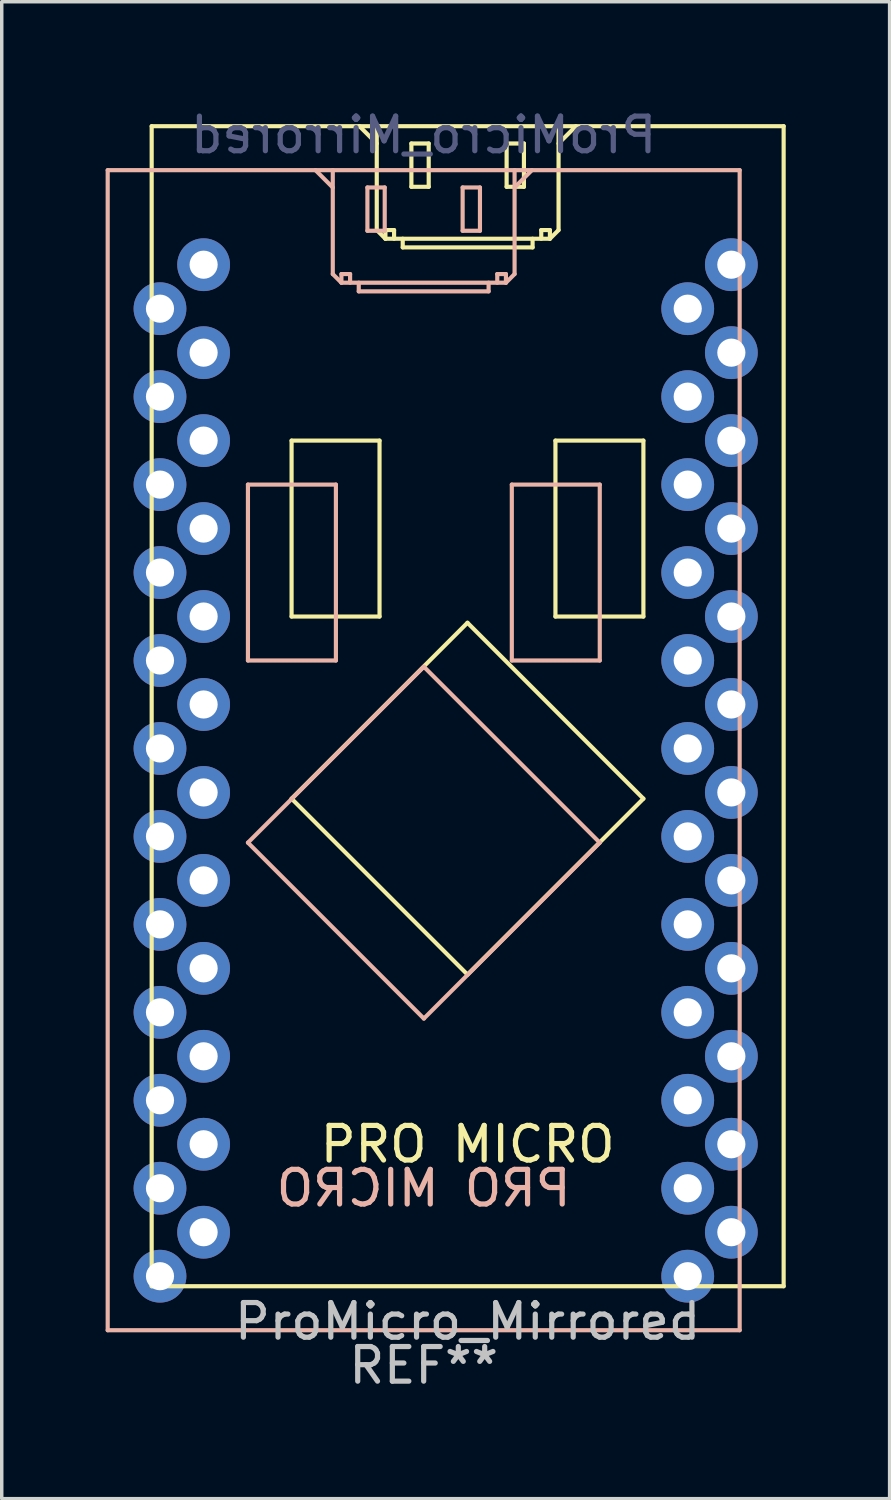
<source format=kicad_pcb>
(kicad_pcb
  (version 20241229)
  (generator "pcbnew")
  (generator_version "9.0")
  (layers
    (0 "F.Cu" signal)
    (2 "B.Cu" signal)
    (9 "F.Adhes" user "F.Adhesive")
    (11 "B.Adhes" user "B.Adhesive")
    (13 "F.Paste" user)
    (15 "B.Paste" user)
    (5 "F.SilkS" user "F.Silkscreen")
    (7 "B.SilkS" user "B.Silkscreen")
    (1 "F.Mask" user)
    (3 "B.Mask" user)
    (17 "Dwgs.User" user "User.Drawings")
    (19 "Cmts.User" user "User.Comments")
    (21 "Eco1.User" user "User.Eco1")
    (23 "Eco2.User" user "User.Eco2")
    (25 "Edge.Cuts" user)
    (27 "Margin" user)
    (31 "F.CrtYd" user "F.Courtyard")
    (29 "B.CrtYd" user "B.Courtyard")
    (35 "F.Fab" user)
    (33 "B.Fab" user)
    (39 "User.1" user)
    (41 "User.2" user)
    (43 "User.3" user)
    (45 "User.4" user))
  (footprint "ProMicro_Mirrored"
    (layer "F.Cu")
    (at 10.455 0.594)
    (property "Reference" "ProMicro_Mirrored" (at 0 34.516 0) (layer "Dwgs.User") (effects (font (size 1 1) (thickness 0.15))))
    (attr through_hole)
    (fp_line (start -9.125 0) (end 9.125 0) (stroke (width 0.12) (type solid)) (layer "F.SilkS"))
    (fp_line (start -9.125 33.5) (end -9.125 0) (stroke (width 0.12) (type solid)) (layer "F.SilkS"))
    (fp_line (start -5.085 9.08) (end -2.545 9.08) (stroke (width 0.12) (type solid)) (layer "F.SilkS"))
    (fp_line (start -5.085 14.16) (end -5.085 9.08) (stroke (width 0.12) (type solid)) (layer "F.SilkS"))
    (fp_line (start -5.085 19.42) (end -0.005 14.34) (stroke (width 0.12) (type solid)) (layer "F.SilkS"))
    (fp_line (start -3.125 0) (end -2.625 0.5) (stroke (width 0.12) (type solid)) (layer "F.SilkS"))
    (fp_line (start -2.625 0) (end -2.625 3) (stroke (width 0.12) (type solid)) (layer "F.SilkS"))
    (fp_line (start -2.625 3) (end -2.375 3.25) (stroke (width 0.12) (type solid)) (layer "F.SilkS"))
    (fp_line (start -2.545 9.08) (end -2.545 14.16) (stroke (width 0.12) (type solid)) (layer "F.SilkS"))
    (fp_line (start -2.545 14.16) (end -5.085 14.16) (stroke (width 0.12) (type solid)) (layer "F.SilkS"))
    (fp_line (start -2.375 3) (end -2.125 3) (stroke (width 0.12) (type solid)) (layer "F.SilkS"))
    (fp_line (start -2.375 3.25) (end -2.375 3) (stroke (width 0.12) (type solid)) (layer "F.SilkS"))
    (fp_line (start -2.375 3.25) (end 2.375 3.25) (stroke (width 0.12) (type solid)) (layer "F.SilkS"))
    (fp_line (start -2.125 3) (end -2.125 3.25) (stroke (width 0.12) (type solid)) (layer "F.SilkS"))
    (fp_line (start -1.875 3.25) (end -1.875 3.5) (stroke (width 0.12) (type solid)) (layer "F.SilkS"))
    (fp_line (start -1.875 3.5) (end 1.875 3.5) (stroke (width 0.12) (type solid)) (layer "F.SilkS"))
    (fp_line (start -1.625 0.5) (end -1.625 1.75) (stroke (width 0.12) (type solid)) (layer "F.SilkS"))
    (fp_line (start -1.625 1.75) (end -1.125 1.75) (stroke (width 0.12) (type solid)) (layer "F.SilkS"))
    (fp_line (start -1.125 0.5) (end -1.625 0.5) (stroke (width 0.12) (type solid)) (layer "F.SilkS"))
    (fp_line (start -1.125 1.75) (end -1.125 0.5) (stroke (width 0.12) (type solid)) (layer "F.SilkS"))
    (fp_line (start -0.005 14.34) (end 5.075 19.42) (stroke (width 0.12) (type solid)) (layer "F.SilkS"))
    (fp_line (start -0.005 24.5) (end -5.085 19.42) (stroke (width 0.12) (type solid)) (layer "F.SilkS"))
    (fp_line (start 1.125 0.5) (end 1.625 0.5) (stroke (width 0.12) (type solid)) (layer "F.SilkS"))
    (fp_line (start 1.125 1.75) (end 1.125 0.5) (stroke (width 0.12) (type solid)) (layer "F.SilkS"))
    (fp_line (start 1.625 0.5) (end 1.625 1.75) (stroke (width 0.12) (type solid)) (layer "F.SilkS"))
    (fp_line (start 1.625 1.75) (end 1.125 1.75) (stroke (width 0.12) (type solid)) (layer "F.SilkS"))
    (fp_line (start 1.875 3.5) (end 1.875 3.25) (stroke (width 0.12) (type solid)) (layer "F.SilkS"))
    (fp_line (start 2.125 3) (end 2.375 3) (stroke (width 0.12) (type solid)) (layer "F.SilkS"))
    (fp_line (start 2.125 3.25) (end 2.125 3) (stroke (width 0.12) (type solid)) (layer "F.SilkS"))
    (fp_line (start 2.375 3) (end 2.375 3.25) (stroke (width 0.12) (type solid)) (layer "F.SilkS"))
    (fp_line (start 2.375 3.25) (end 2.625 3) (stroke (width 0.12) (type solid)) (layer "F.SilkS"))
    (fp_line (start 2.535 9.08) (end 5.075 9.08) (stroke (width 0.12) (type solid)) (layer "F.SilkS"))
    (fp_line (start 2.535 14.16) (end 2.535 9.08) (stroke (width 0.12) (type solid)) (layer "F.SilkS"))
    (fp_line (start 2.625 0.5) (end 3.125 0) (stroke (width 0.12) (type solid)) (layer "F.SilkS"))
    (fp_line (start 2.625 3) (end 2.625 0) (stroke (width 0.12) (type solid)) (layer "F.SilkS"))
    (fp_line (start 5.075 9.08) (end 5.075 14.16) (stroke (width 0.12) (type solid)) (layer "F.SilkS"))
    (fp_line (start 5.075 14.16) (end 2.535 14.16) (stroke (width 0.12) (type solid)) (layer "F.SilkS"))
    (fp_line (start 5.075 19.42) (end -0.005 24.5) (stroke (width 0.12) (type solid)) (layer "F.SilkS"))
    (fp_line (start 9.125 0) (end 9.125 33.5) (stroke (width 0.12) (type solid)) (layer "F.SilkS"))
    (fp_line (start 9.125 33.5) (end -9.125 33.5) (stroke (width 0.12) (type solid)) (layer "F.SilkS"))
    (fp_line (start -10.395 1.27) (end -10.395 34.77) (stroke (width 0.12) (type solid)) (layer "B.SilkS"))
    (fp_line (start -10.395 34.77) (end 7.855 34.77) (stroke (width 0.12) (type solid)) (layer "B.SilkS"))
    (fp_line (start -6.345 10.35) (end -6.345 15.43) (stroke (width 0.12) (type solid)) (layer "B.SilkS"))
    (fp_line (start -6.345 15.43) (end -3.805 15.43) (stroke (width 0.12) (type solid)) (layer "B.SilkS"))
    (fp_line (start -6.345 20.69) (end -1.265 25.77) (stroke (width 0.12) (type solid)) (layer "B.SilkS"))
    (fp_line (start -3.895 1.77) (end -4.395 1.27) (stroke (width 0.12) (type solid)) (layer "B.SilkS"))
    (fp_line (start -3.895 4.27) (end -3.895 1.27) (stroke (width 0.12) (type solid)) (layer "B.SilkS"))
    (fp_line (start -3.805 10.35) (end -6.345 10.35) (stroke (width 0.12) (type solid)) (layer "B.SilkS"))
    (fp_line (start -3.805 15.43) (end -3.805 10.35) (stroke (width 0.12) (type solid)) (layer "B.SilkS"))
    (fp_line (start -3.645 4.27) (end -3.645 4.52) (stroke (width 0.12) (type solid)) (layer "B.SilkS"))
    (fp_line (start -3.645 4.52) (end -3.895 4.27) (stroke (width 0.12) (type solid)) (layer "B.SilkS"))
    (fp_line (start -3.395 4.27) (end -3.645 4.27) (stroke (width 0.12) (type solid)) (layer "B.SilkS"))
    (fp_line (start -3.395 4.52) (end -3.395 4.27) (stroke (width 0.12) (type solid)) (layer "B.SilkS"))
    (fp_line (start -3.145 4.77) (end -3.145 4.52) (stroke (width 0.12) (type solid)) (layer "B.SilkS"))
    (fp_line (start -2.895 1.77) (end -2.895 3.02) (stroke (width 0.12) (type solid)) (layer "B.SilkS"))
    (fp_line (start -2.895 3.02) (end -2.395 3.02) (stroke (width 0.12) (type solid)) (layer "B.SilkS"))
    (fp_line (start -2.395 1.77) (end -2.895 1.77) (stroke (width 0.12) (type solid)) (layer "B.SilkS"))
    (fp_line (start -2.395 3.02) (end -2.395 1.77) (stroke (width 0.12) (type solid)) (layer "B.SilkS"))
    (fp_line (start -1.265 15.61) (end -6.345 20.69) (stroke (width 0.12) (type solid)) (layer "B.SilkS"))
    (fp_line (start -1.265 25.77) (end 3.815 20.69) (stroke (width 0.12) (type solid)) (layer "B.SilkS"))
    (fp_line (start -0.145 1.77) (end 0.355 1.77) (stroke (width 0.12) (type solid)) (layer "B.SilkS"))
    (fp_line (start -0.145 3.02) (end -0.145 1.77) (stroke (width 0.12) (type solid)) (layer "B.SilkS"))
    (fp_line (start 0.355 1.77) (end 0.355 3.02) (stroke (width 0.12) (type solid)) (layer "B.SilkS"))
    (fp_line (start 0.355 3.02) (end -0.145 3.02) (stroke (width 0.12) (type solid)) (layer "B.SilkS"))
    (fp_line (start 0.605 4.52) (end 0.605 4.77) (stroke (width 0.12) (type solid)) (layer "B.SilkS"))
    (fp_line (start 0.605 4.77) (end -3.145 4.77) (stroke (width 0.12) (type solid)) (layer "B.SilkS"))
    (fp_line (start 0.855 4.27) (end 0.855 4.52) (stroke (width 0.12) (type solid)) (layer "B.SilkS"))
    (fp_line (start 1.105 4.27) (end 0.855 4.27) (stroke (width 0.12) (type solid)) (layer "B.SilkS"))
    (fp_line (start 1.105 4.52) (end -3.645 4.52) (stroke (width 0.12) (type solid)) (layer "B.SilkS"))
    (fp_line (start 1.105 4.52) (end 1.105 4.27) (stroke (width 0.12) (type solid)) (layer "B.SilkS"))
    (fp_line (start 1.275 10.35) (end 1.275 15.43) (stroke (width 0.12) (type solid)) (layer "B.SilkS"))
    (fp_line (start 1.275 15.43) (end 3.815 15.43) (stroke (width 0.12) (type solid)) (layer "B.SilkS"))
    (fp_line (start 1.355 1.27) (end 1.355 4.27) (stroke (width 0.12) (type solid)) (layer "B.SilkS"))
    (fp_line (start 1.355 4.27) (end 1.105 4.52) (stroke (width 0.12) (type solid)) (layer "B.SilkS"))
    (fp_line (start 1.855 1.27) (end 1.355 1.77) (stroke (width 0.12) (type solid)) (layer "B.SilkS"))
    (fp_line (start 3.815 10.35) (end 1.275 10.35) (stroke (width 0.12) (type solid)) (layer "B.SilkS"))
    (fp_line (start 3.815 15.43) (end 3.815 10.35) (stroke (width 0.12) (type solid)) (layer "B.SilkS"))
    (fp_line (start 3.815 20.69) (end -1.265 15.61) (stroke (width 0.12) (type solid)) (layer "B.SilkS"))
    (fp_line (start 7.855 1.27) (end -10.395 1.27) (stroke (width 0.12) (type solid)) (layer "B.SilkS"))
    (fp_line (start 7.855 34.77) (end 7.855 1.27) (stroke (width 0.12) (type solid)) (layer "B.SilkS"))
    (fp_text user "PRO MICRO" (at 0 29.4 0) (layer "F.SilkS") (effects (font (size 1 1) (thickness 0.15))))
    (fp_text user "PRO MICRO" (at -1.27 30.67 180) (layer "B.SilkS") (effects (font (size 1 1) (thickness 0.15)) (justify mirror)))
    (fp_text user "REF**" (at -1.27 35.786 180) (layer "Dwgs.User") (effects (font (size 1 1) (thickness 0.15))))
    (fp_text user "ProMicro_Mirrored" (at -1.27 0.254 180) (layer "B.Fab") (effects (font (size 1 1) (thickness 0.15)) (justify mirror)))
    (pad "1" thru_hole circle (at -7.625 4) (size 1.524 1.524) (drill 0.813) (layers "*.Cu" "*.Mask"))
    (pad "1" thru_hole circle (at 6.355 5.27 180) (size 1.524 1.524) (drill 0.813) (layers "*.Cu" "*.Mask"))
    (pad "2" thru_hole circle (at -7.625 6.54) (size 1.524 1.524) (drill 0.813) (layers "*.Cu" "*.Mask"))
    (pad "2" thru_hole circle (at 6.355 7.81 180) (size 1.524 1.524) (drill 0.813) (layers "*.Cu" "*.Mask"))
    (pad "3" thru_hole circle (at -7.625 9.08) (size 1.524 1.524) (drill 0.813) (layers "*.Cu" "*.Mask"))
    (pad "3" thru_hole circle (at 6.355 10.35 180) (size 1.524 1.524) (drill 0.813) (layers "*.Cu" "*.Mask"))
    (pad "4" thru_hole circle (at -7.625 11.62) (size 1.524 1.524) (drill 0.813) (layers "*.Cu" "*.Mask"))
    (pad "4" thru_hole circle (at 6.355 12.89 180) (size 1.524 1.524) (drill 0.813) (layers "*.Cu" "*.Mask"))
    (pad "5" thru_hole circle (at -7.625 14.16) (size 1.524 1.524) (drill 0.813) (layers "*.Cu" "*.Mask"))
    (pad "5" thru_hole circle (at 6.355 15.43 180) (size 1.524 1.524) (drill 0.813) (layers "*.Cu" "*.Mask"))
    (pad "6" thru_hole circle (at -7.625 16.7) (size 1.524 1.524) (drill 0.813) (layers "*.Cu" "*.Mask"))
    (pad "6" thru_hole circle (at 6.355 17.97 180) (size 1.524 1.524) (drill 0.813) (layers "*.Cu" "*.Mask"))
    (pad "7" thru_hole circle (at -7.625 19.24) (size 1.524 1.524) (drill 0.813) (layers "*.Cu" "*.Mask"))
    (pad "7" thru_hole circle (at 6.355 20.51 180) (size 1.524 1.524) (drill 0.813) (layers "*.Cu" "*.Mask"))
    (pad "8" thru_hole circle (at -7.625 21.78) (size 1.524 1.524) (drill 0.813) (layers "*.Cu" "*.Mask"))
    (pad "8" thru_hole circle (at 6.355 23.05 180) (size 1.524 1.524) (drill 0.813) (layers "*.Cu" "*.Mask"))
    (pad "9" thru_hole circle (at -7.625 24.32) (size 1.524 1.524) (drill 0.813) (layers "*.Cu" "*.Mask"))
    (pad "9" thru_hole circle (at 6.355 25.59 180) (size 1.524 1.524) (drill 0.813) (layers "*.Cu" "*.Mask"))
    (pad "10" thru_hole circle (at -7.625 26.86) (size 1.524 1.524) (drill 0.813) (layers "*.Cu" "*.Mask"))
    (pad "10" thru_hole circle (at 6.355 28.13 180) (size 1.524 1.524) (drill 0.813) (layers "*.Cu" "*.Mask"))
    (pad "11" thru_hole circle (at -7.625 29.4) (size 1.524 1.524) (drill 0.813) (layers "*.Cu" "*.Mask"))
    (pad "11" thru_hole circle (at 6.355 30.67 180) (size 1.524 1.524) (drill 0.813) (layers "*.Cu" "*.Mask"))
    (pad "12" thru_hole circle (at -7.625 31.94) (size 1.524 1.524) (drill 0.813) (layers "*.Cu" "*.Mask"))
    (pad "12" thru_hole circle (at 6.355 33.21 180) (size 1.524 1.524) (drill 0.813) (layers "*.Cu" "*.Mask"))
    (pad "13" thru_hole circle (at -8.885 33.21 180) (size 1.524 1.524) (drill 0.813) (layers "*.Cu" "*.Mask"))
    (pad "13" thru_hole circle (at 7.615 31.94) (size 1.524 1.524) (drill 0.813) (layers "*.Cu" "*.Mask"))
    (pad "14" thru_hole circle (at -8.885 30.67 180) (size 1.524 1.524) (drill 0.813) (layers "*.Cu" "*.Mask"))
    (pad "14" thru_hole circle (at 7.615 29.4) (size 1.524 1.524) (drill 0.813) (layers "*.Cu" "*.Mask"))
    (pad "15" thru_hole circle (at -8.885 28.13 180) (size 1.524 1.524) (drill 0.813) (layers "*.Cu" "*.Mask"))
    (pad "15" thru_hole circle (at 7.615 26.86) (size 1.524 1.524) (drill 0.813) (layers "*.Cu" "*.Mask"))
    (pad "16" thru_hole circle (at -8.885 25.59 180) (size 1.524 1.524) (drill 0.813) (layers "*.Cu" "*.Mask"))
    (pad "16" thru_hole circle (at 7.615 24.32) (size 1.524 1.524) (drill 0.813) (layers "*.Cu" "*.Mask"))
    (pad "17" thru_hole circle (at -8.885 23.05 180) (size 1.524 1.524) (drill 0.813) (layers "*.Cu" "*.Mask"))
    (pad "17" thru_hole circle (at 7.615 21.78) (size 1.524 1.524) (drill 0.813) (layers "*.Cu" "*.Mask"))
    (pad "18" thru_hole circle (at -8.885 20.51 180) (size 1.524 1.524) (drill 0.813) (layers "*.Cu" "*.Mask"))
    (pad "18" thru_hole circle (at 7.615 19.24) (size 1.524 1.524) (drill 0.813) (layers "*.Cu" "*.Mask"))
    (pad "19" thru_hole circle (at -8.885 17.97 180) (size 1.524 1.524) (drill 0.813) (layers "*.Cu" "*.Mask"))
    (pad "19" thru_hole circle (at 7.615 16.7) (size 1.524 1.524) (drill 0.813) (layers "*.Cu" "*.Mask"))
    (pad "20" thru_hole circle (at -8.885 15.43 180) (size 1.524 1.524) (drill 0.813) (layers "*.Cu" "*.Mask"))
    (pad "20" thru_hole circle (at 7.615 14.16) (size 1.524 1.524) (drill 0.813) (layers "*.Cu" "*.Mask"))
    (pad "21" thru_hole circle (at -8.885 12.89 180) (size 1.524 1.524) (drill 0.813) (layers "*.Cu" "*.Mask"))
    (pad "21" thru_hole circle (at 7.615 11.62) (size 1.524 1.524) (drill 0.813) (layers "*.Cu" "*.Mask"))
    (pad "22" thru_hole circle (at -8.885 10.35 180) (size 1.524 1.524) (drill 0.813) (layers "*.Cu" "*.Mask"))
    (pad "22" thru_hole circle (at 7.615 9.08) (size 1.524 1.524) (drill 0.813) (layers "*.Cu" "*.Mask"))
    (pad "23" thru_hole circle (at -8.885 7.81 180) (size 1.524 1.524) (drill 0.813) (layers "*.Cu" "*.Mask"))
    (pad "23" thru_hole circle (at 7.615 6.54) (size 1.524 1.524) (drill 0.813) (layers "*.Cu" "*.Mask"))
    (pad "24" thru_hole circle (at -8.885 5.27 180) (size 1.524 1.524) (drill 0.813) (layers "*.Cu" "*.Mask"))
    (pad "24" thru_hole circle (at 7.615 4) (size 1.524 1.524) (drill 0.813) (layers "*.Cu" "*.Mask")))
  (gr_rect
    (start -3 -3)
    (end 22.64 40.229)
    (stroke (width 0.1) (type default))
    (fill no)
    (layer "Edge.Cuts")))
</source>
